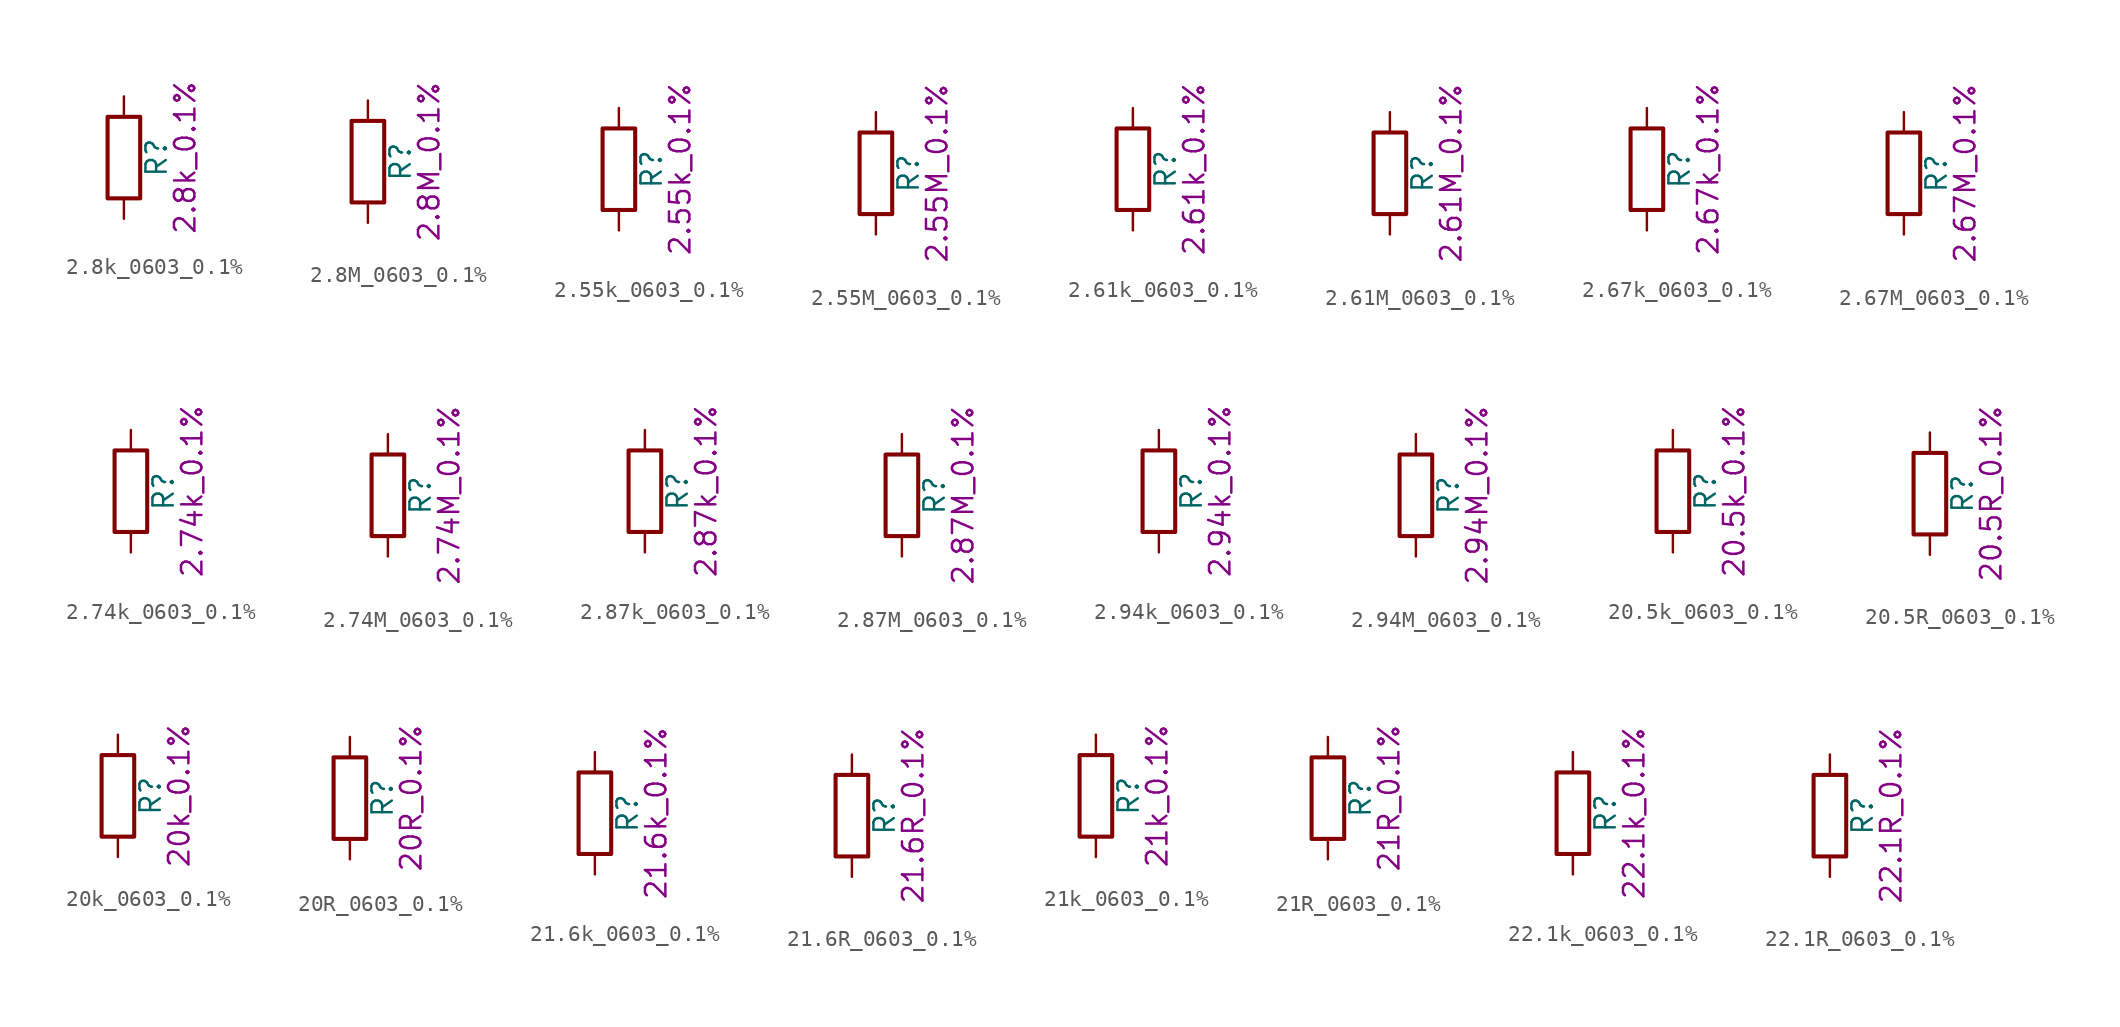
<source format=kicad_sym>
(kicad_symbol_lib
  (version 20211014)
  (generator kicad_symbol_editor)
  (symbol "2.8k_0603_0.1%"
    (pin_numbers hide)
    (pin_names
      (offset 0))
    (property "Reference" "R"
      (at 2.032 0 90)
      (effects (font (size 1.27 1.27))))
    (property "Display" "2.8k_0.1%"
      (at 3.81 0 90)
      (effects (font (size 1.27 1.27))))
    (symbol "2.8k_0603_0.1%_0_1"
      (rectangle (start -1.016 -2.54) (end 1.016 2.54) (stroke (width 0.254) (type default) (color 0 0 0 0)) (fill (type none))))
    (symbol "2.8k_0603_0.1%_1_1"
      (pin passive line (at 0 3.81 270) (length 1.27) (name "~" (effects (font (size 1.27 1.27)))) (number "1" (effects (font (size 1.27 1.27)))))
      (pin passive line (at 0 -3.81 90) (length 1.27) (name "~" (effects (font (size 1.27 1.27)))) (number "2" (effects (font (size 1.27 1.27)))))))
  (symbol "2.8M_0603_0.1%"
    (pin_numbers hide)
    (pin_names
      (offset 0))
    (property "Reference" "R"
      (at 2.032 0 90)
      (effects (font (size 1.27 1.27))))
    (property "Display" "2.8M_0.1%"
      (at 3.81 0 90)
      (effects (font (size 1.27 1.27))))
    (symbol "2.8M_0603_0.1%_0_1"
      (rectangle (start -1.016 -2.54) (end 1.016 2.54) (stroke (width 0.254) (type default) (color 0 0 0 0)) (fill (type none))))
    (symbol "2.8M_0603_0.1%_1_1"
      (pin passive line (at 0 3.81 270) (length 1.27) (name "~" (effects (font (size 1.27 1.27)))) (number "1" (effects (font (size 1.27 1.27)))))
      (pin passive line (at 0 -3.81 90) (length 1.27) (name "~" (effects (font (size 1.27 1.27)))) (number "2" (effects (font (size 1.27 1.27)))))))
  (symbol "2.55k_0603_0.1%"
    (pin_numbers hide)
    (pin_names
      (offset 0))
    (property "Reference" "R"
      (at 2.032 0 90)
      (effects (font (size 1.27 1.27))))
    (property "Display" "2.55k_0.1%"
      (at 3.81 0 90)
      (effects (font (size 1.27 1.27))))
    (symbol "2.55k_0603_0.1%_0_1"
      (rectangle (start -1.016 -2.54) (end 1.016 2.54) (stroke (width 0.254) (type default) (color 0 0 0 0)) (fill (type none))))
    (symbol "2.55k_0603_0.1%_1_1"
      (pin passive line (at 0 3.81 270) (length 1.27) (name "~" (effects (font (size 1.27 1.27)))) (number "1" (effects (font (size 1.27 1.27)))))
      (pin passive line (at 0 -3.81 90) (length 1.27) (name "~" (effects (font (size 1.27 1.27)))) (number "2" (effects (font (size 1.27 1.27)))))))
  (symbol "2.55M_0603_0.1%"
    (pin_numbers hide)
    (pin_names
      (offset 0))
    (property "Reference" "R"
      (at 2.032 0 90)
      (effects (font (size 1.27 1.27))))
    (property "Display" "2.55M_0.1%"
      (at 3.81 0 90)
      (effects (font (size 1.27 1.27))))
    (symbol "2.55M_0603_0.1%_0_1"
      (rectangle (start -1.016 -2.54) (end 1.016 2.54) (stroke (width 0.254) (type default) (color 0 0 0 0)) (fill (type none))))
    (symbol "2.55M_0603_0.1%_1_1"
      (pin passive line (at 0 3.81 270) (length 1.27) (name "~" (effects (font (size 1.27 1.27)))) (number "1" (effects (font (size 1.27 1.27)))))
      (pin passive line (at 0 -3.81 90) (length 1.27) (name "~" (effects (font (size 1.27 1.27)))) (number "2" (effects (font (size 1.27 1.27)))))))
  (symbol "2.61k_0603_0.1%"
    (pin_numbers hide)
    (pin_names
      (offset 0))
    (property "Reference" "R"
      (at 2.032 0 90)
      (effects (font (size 1.27 1.27))))
    (property "Display" "2.61k_0.1%"
      (at 3.81 0 90)
      (effects (font (size 1.27 1.27))))
    (symbol "2.61k_0603_0.1%_0_1"
      (rectangle (start -1.016 -2.54) (end 1.016 2.54) (stroke (width 0.254) (type default) (color 0 0 0 0)) (fill (type none))))
    (symbol "2.61k_0603_0.1%_1_1"
      (pin passive line (at 0 3.81 270) (length 1.27) (name "~" (effects (font (size 1.27 1.27)))) (number "1" (effects (font (size 1.27 1.27)))))
      (pin passive line (at 0 -3.81 90) (length 1.27) (name "~" (effects (font (size 1.27 1.27)))) (number "2" (effects (font (size 1.27 1.27)))))))
  (symbol "2.61M_0603_0.1%"
    (pin_numbers hide)
    (pin_names
      (offset 0))
    (property "Reference" "R"
      (at 2.032 0 90)
      (effects (font (size 1.27 1.27))))
    (property "Display" "2.61M_0.1%"
      (at 3.81 0 90)
      (effects (font (size 1.27 1.27))))
    (symbol "2.61M_0603_0.1%_0_1"
      (rectangle (start -1.016 -2.54) (end 1.016 2.54) (stroke (width 0.254) (type default) (color 0 0 0 0)) (fill (type none))))
    (symbol "2.61M_0603_0.1%_1_1"
      (pin passive line (at 0 3.81 270) (length 1.27) (name "~" (effects (font (size 1.27 1.27)))) (number "1" (effects (font (size 1.27 1.27)))))
      (pin passive line (at 0 -3.81 90) (length 1.27) (name "~" (effects (font (size 1.27 1.27)))) (number "2" (effects (font (size 1.27 1.27)))))))
  (symbol "2.67k_0603_0.1%"
    (pin_numbers hide)
    (pin_names
      (offset 0))
    (property "Reference" "R"
      (at 2.032 0 90)
      (effects (font (size 1.27 1.27))))
    (property "Display" "2.67k_0.1%"
      (at 3.81 0 90)
      (effects (font (size 1.27 1.27))))
    (symbol "2.67k_0603_0.1%_0_1"
      (rectangle (start -1.016 -2.54) (end 1.016 2.54) (stroke (width 0.254) (type default) (color 0 0 0 0)) (fill (type none))))
    (symbol "2.67k_0603_0.1%_1_1"
      (pin passive line (at 0 3.81 270) (length 1.27) (name "~" (effects (font (size 1.27 1.27)))) (number "1" (effects (font (size 1.27 1.27)))))
      (pin passive line (at 0 -3.81 90) (length 1.27) (name "~" (effects (font (size 1.27 1.27)))) (number "2" (effects (font (size 1.27 1.27)))))))
  (symbol "2.67M_0603_0.1%"
    (pin_numbers hide)
    (pin_names
      (offset 0))
    (property "Reference" "R"
      (at 2.032 0 90)
      (effects (font (size 1.27 1.27))))
    (property "Display" "2.67M_0.1%"
      (at 3.81 0 90)
      (effects (font (size 1.27 1.27))))
    (symbol "2.67M_0603_0.1%_0_1"
      (rectangle (start -1.016 -2.54) (end 1.016 2.54) (stroke (width 0.254) (type default) (color 0 0 0 0)) (fill (type none))))
    (symbol "2.67M_0603_0.1%_1_1"
      (pin passive line (at 0 3.81 270) (length 1.27) (name "~" (effects (font (size 1.27 1.27)))) (number "1" (effects (font (size 1.27 1.27)))))
      (pin passive line (at 0 -3.81 90) (length 1.27) (name "~" (effects (font (size 1.27 1.27)))) (number "2" (effects (font (size 1.27 1.27)))))))
  (symbol "2.74k_0603_0.1%"
    (pin_numbers hide)
    (pin_names
      (offset 0))
    (property "Reference" "R"
      (at 2.032 0 90)
      (effects (font (size 1.27 1.27))))
    (property "Display" "2.74k_0.1%"
      (at 3.81 0 90)
      (effects (font (size 1.27 1.27))))
    (symbol "2.74k_0603_0.1%_0_1"
      (rectangle (start -1.016 -2.54) (end 1.016 2.54) (stroke (width 0.254) (type default) (color 0 0 0 0)) (fill (type none))))
    (symbol "2.74k_0603_0.1%_1_1"
      (pin passive line (at 0 3.81 270) (length 1.27) (name "~" (effects (font (size 1.27 1.27)))) (number "1" (effects (font (size 1.27 1.27)))))
      (pin passive line (at 0 -3.81 90) (length 1.27) (name "~" (effects (font (size 1.27 1.27)))) (number "2" (effects (font (size 1.27 1.27)))))))
  (symbol "2.74M_0603_0.1%"
    (pin_numbers hide)
    (pin_names
      (offset 0))
    (property "Reference" "R"
      (at 2.032 0 90)
      (effects (font (size 1.27 1.27))))
    (property "Display" "2.74M_0.1%"
      (at 3.81 0 90)
      (effects (font (size 1.27 1.27))))
    (symbol "2.74M_0603_0.1%_0_1"
      (rectangle (start -1.016 -2.54) (end 1.016 2.54) (stroke (width 0.254) (type default) (color 0 0 0 0)) (fill (type none))))
    (symbol "2.74M_0603_0.1%_1_1"
      (pin passive line (at 0 3.81 270) (length 1.27) (name "~" (effects (font (size 1.27 1.27)))) (number "1" (effects (font (size 1.27 1.27)))))
      (pin passive line (at 0 -3.81 90) (length 1.27) (name "~" (effects (font (size 1.27 1.27)))) (number "2" (effects (font (size 1.27 1.27)))))))
  (symbol "2.87k_0603_0.1%"
    (pin_numbers hide)
    (pin_names
      (offset 0))
    (property "Reference" "R"
      (at 2.032 0 90)
      (effects (font (size 1.27 1.27))))
    (property "Display" "2.87k_0.1%"
      (at 3.81 0 90)
      (effects (font (size 1.27 1.27))))
    (symbol "2.87k_0603_0.1%_0_1"
      (rectangle (start -1.016 -2.54) (end 1.016 2.54) (stroke (width 0.254) (type default) (color 0 0 0 0)) (fill (type none))))
    (symbol "2.87k_0603_0.1%_1_1"
      (pin passive line (at 0 3.81 270) (length 1.27) (name "~" (effects (font (size 1.27 1.27)))) (number "1" (effects (font (size 1.27 1.27)))))
      (pin passive line (at 0 -3.81 90) (length 1.27) (name "~" (effects (font (size 1.27 1.27)))) (number "2" (effects (font (size 1.27 1.27)))))))
  (symbol "2.87M_0603_0.1%"
    (pin_numbers hide)
    (pin_names
      (offset 0))
    (property "Reference" "R"
      (at 2.032 0 90)
      (effects (font (size 1.27 1.27))))
    (property "Display" "2.87M_0.1%"
      (at 3.81 0 90)
      (effects (font (size 1.27 1.27))))
    (symbol "2.87M_0603_0.1%_0_1"
      (rectangle (start -1.016 -2.54) (end 1.016 2.54) (stroke (width 0.254) (type default) (color 0 0 0 0)) (fill (type none))))
    (symbol "2.87M_0603_0.1%_1_1"
      (pin passive line (at 0 3.81 270) (length 1.27) (name "~" (effects (font (size 1.27 1.27)))) (number "1" (effects (font (size 1.27 1.27)))))
      (pin passive line (at 0 -3.81 90) (length 1.27) (name "~" (effects (font (size 1.27 1.27)))) (number "2" (effects (font (size 1.27 1.27)))))))
  (symbol "2.94k_0603_0.1%"
    (pin_numbers hide)
    (pin_names
      (offset 0))
    (property "Reference" "R"
      (at 2.032 0 90)
      (effects (font (size 1.27 1.27))))
    (property "Display" "2.94k_0.1%"
      (at 3.81 0 90)
      (effects (font (size 1.27 1.27))))
    (symbol "2.94k_0603_0.1%_0_1"
      (rectangle (start -1.016 -2.54) (end 1.016 2.54) (stroke (width 0.254) (type default) (color 0 0 0 0)) (fill (type none))))
    (symbol "2.94k_0603_0.1%_1_1"
      (pin passive line (at 0 3.81 270) (length 1.27) (name "~" (effects (font (size 1.27 1.27)))) (number "1" (effects (font (size 1.27 1.27)))))
      (pin passive line (at 0 -3.81 90) (length 1.27) (name "~" (effects (font (size 1.27 1.27)))) (number "2" (effects (font (size 1.27 1.27)))))))
  (symbol "2.94M_0603_0.1%"
    (pin_numbers hide)
    (pin_names
      (offset 0))
    (property "Reference" "R"
      (at 2.032 0 90)
      (effects (font (size 1.27 1.27))))
    (property "Display" "2.94M_0.1%"
      (at 3.81 0 90)
      (effects (font (size 1.27 1.27))))
    (symbol "2.94M_0603_0.1%_0_1"
      (rectangle (start -1.016 -2.54) (end 1.016 2.54) (stroke (width 0.254) (type default) (color 0 0 0 0)) (fill (type none))))
    (symbol "2.94M_0603_0.1%_1_1"
      (pin passive line (at 0 3.81 270) (length 1.27) (name "~" (effects (font (size 1.27 1.27)))) (number "1" (effects (font (size 1.27 1.27)))))
      (pin passive line (at 0 -3.81 90) (length 1.27) (name "~" (effects (font (size 1.27 1.27)))) (number "2" (effects (font (size 1.27 1.27)))))))
  (symbol "20.5k_0603_0.1%"
    (pin_numbers hide)
    (pin_names
      (offset 0))
    (property "Reference" "R"
      (at 2.032 0 90)
      (effects (font (size 1.27 1.27))))
    (property "Display" "20.5k_0.1%"
      (at 3.81 0 90)
      (effects (font (size 1.27 1.27))))
    (symbol "20.5k_0603_0.1%_0_1"
      (rectangle (start -1.016 -2.54) (end 1.016 2.54) (stroke (width 0.254) (type default) (color 0 0 0 0)) (fill (type none))))
    (symbol "20.5k_0603_0.1%_1_1"
      (pin passive line (at 0 3.81 270) (length 1.27) (name "~" (effects (font (size 1.27 1.27)))) (number "1" (effects (font (size 1.27 1.27)))))
      (pin passive line (at 0 -3.81 90) (length 1.27) (name "~" (effects (font (size 1.27 1.27)))) (number "2" (effects (font (size 1.27 1.27)))))))
  (symbol "20.5R_0603_0.1%"
    (pin_numbers hide)
    (pin_names
      (offset 0))
    (property "Reference" "R"
      (at 2.032 0 90)
      (effects (font (size 1.27 1.27))))
    (property "Display" "20.5R_0.1%"
      (at 3.81 0 90)
      (effects (font (size 1.27 1.27))))
    (symbol "20.5R_0603_0.1%_0_1"
      (rectangle (start -1.016 -2.54) (end 1.016 2.54) (stroke (width 0.254) (type default) (color 0 0 0 0)) (fill (type none))))
    (symbol "20.5R_0603_0.1%_1_1"
      (pin passive line (at 0 3.81 270) (length 1.27) (name "~" (effects (font (size 1.27 1.27)))) (number "1" (effects (font (size 1.27 1.27)))))
      (pin passive line (at 0 -3.81 90) (length 1.27) (name "~" (effects (font (size 1.27 1.27)))) (number "2" (effects (font (size 1.27 1.27)))))))
  (symbol "20k_0603_0.1%"
    (pin_numbers hide)
    (pin_names
      (offset 0))
    (property "Reference" "R"
      (at 2.032 0 90)
      (effects (font (size 1.27 1.27))))
    (property "Display" "20k_0.1%"
      (at 3.81 0 90)
      (effects (font (size 1.27 1.27))))
    (symbol "20k_0603_0.1%_0_1"
      (rectangle (start -1.016 -2.54) (end 1.016 2.54) (stroke (width 0.254) (type default) (color 0 0 0 0)) (fill (type none))))
    (symbol "20k_0603_0.1%_1_1"
      (pin passive line (at 0 3.81 270) (length 1.27) (name "~" (effects (font (size 1.27 1.27)))) (number "1" (effects (font (size 1.27 1.27)))))
      (pin passive line (at 0 -3.81 90) (length 1.27) (name "~" (effects (font (size 1.27 1.27)))) (number "2" (effects (font (size 1.27 1.27)))))))
  (symbol "20R_0603_0.1%"
    (pin_numbers hide)
    (pin_names
      (offset 0))
    (property "Reference" "R"
      (at 2.032 0 90)
      (effects (font (size 1.27 1.27))))
    (property "Display" "20R_0.1%"
      (at 3.81 0 90)
      (effects (font (size 1.27 1.27))))
    (symbol "20R_0603_0.1%_0_1"
      (rectangle (start -1.016 -2.54) (end 1.016 2.54) (stroke (width 0.254) (type default) (color 0 0 0 0)) (fill (type none))))
    (symbol "20R_0603_0.1%_1_1"
      (pin passive line (at 0 3.81 270) (length 1.27) (name "~" (effects (font (size 1.27 1.27)))) (number "1" (effects (font (size 1.27 1.27)))))
      (pin passive line (at 0 -3.81 90) (length 1.27) (name "~" (effects (font (size 1.27 1.27)))) (number "2" (effects (font (size 1.27 1.27)))))))
  (symbol "21.6k_0603_0.1%"
    (pin_numbers hide)
    (pin_names
      (offset 0))
    (property "Reference" "R"
      (at 2.032 0 90)
      (effects (font (size 1.27 1.27))))
    (property "Display" "21.6k_0.1%"
      (at 3.81 0 90)
      (effects (font (size 1.27 1.27))))
    (symbol "21.6k_0603_0.1%_0_1"
      (rectangle (start -1.016 -2.54) (end 1.016 2.54) (stroke (width 0.254) (type default) (color 0 0 0 0)) (fill (type none))))
    (symbol "21.6k_0603_0.1%_1_1"
      (pin passive line (at 0 3.81 270) (length 1.27) (name "~" (effects (font (size 1.27 1.27)))) (number "1" (effects (font (size 1.27 1.27)))))
      (pin passive line (at 0 -3.81 90) (length 1.27) (name "~" (effects (font (size 1.27 1.27)))) (number "2" (effects (font (size 1.27 1.27)))))))
  (symbol "21.6R_0603_0.1%"
    (pin_numbers hide)
    (pin_names
      (offset 0))
    (property "Reference" "R"
      (at 2.032 0 90)
      (effects (font (size 1.27 1.27))))
    (property "Display" "21.6R_0.1%"
      (at 3.81 0 90)
      (effects (font (size 1.27 1.27))))
    (symbol "21.6R_0603_0.1%_0_1"
      (rectangle (start -1.016 -2.54) (end 1.016 2.54) (stroke (width 0.254) (type default) (color 0 0 0 0)) (fill (type none))))
    (symbol "21.6R_0603_0.1%_1_1"
      (pin passive line (at 0 3.81 270) (length 1.27) (name "~" (effects (font (size 1.27 1.27)))) (number "1" (effects (font (size 1.27 1.27)))))
      (pin passive line (at 0 -3.81 90) (length 1.27) (name "~" (effects (font (size 1.27 1.27)))) (number "2" (effects (font (size 1.27 1.27)))))))
  (symbol "21k_0603_0.1%"
    (pin_numbers hide)
    (pin_names
      (offset 0))
    (property "Reference" "R"
      (at 2.032 0 90)
      (effects (font (size 1.27 1.27))))
    (property "Display" "21k_0.1%"
      (at 3.81 0 90)
      (effects (font (size 1.27 1.27))))
    (symbol "21k_0603_0.1%_0_1"
      (rectangle (start -1.016 -2.54) (end 1.016 2.54) (stroke (width 0.254) (type default) (color 0 0 0 0)) (fill (type none))))
    (symbol "21k_0603_0.1%_1_1"
      (pin passive line (at 0 3.81 270) (length 1.27) (name "~" (effects (font (size 1.27 1.27)))) (number "1" (effects (font (size 1.27 1.27)))))
      (pin passive line (at 0 -3.81 90) (length 1.27) (name "~" (effects (font (size 1.27 1.27)))) (number "2" (effects (font (size 1.27 1.27)))))))
  (symbol "21R_0603_0.1%"
    (pin_numbers hide)
    (pin_names
      (offset 0))
    (property "Reference" "R"
      (at 2.032 0 90)
      (effects (font (size 1.27 1.27))))
    (property "Display" "21R_0.1%"
      (at 3.81 0 90)
      (effects (font (size 1.27 1.27))))
    (symbol "21R_0603_0.1%_0_1"
      (rectangle (start -1.016 -2.54) (end 1.016 2.54) (stroke (width 0.254) (type default) (color 0 0 0 0)) (fill (type none))))
    (symbol "21R_0603_0.1%_1_1"
      (pin passive line (at 0 3.81 270) (length 1.27) (name "~" (effects (font (size 1.27 1.27)))) (number "1" (effects (font (size 1.27 1.27)))))
      (pin passive line (at 0 -3.81 90) (length 1.27) (name "~" (effects (font (size 1.27 1.27)))) (number "2" (effects (font (size 1.27 1.27)))))))
  (symbol "22.1k_0603_0.1%"
    (pin_numbers hide)
    (pin_names
      (offset 0))
    (property "Reference" "R"
      (at 2.032 0 90)
      (effects (font (size 1.27 1.27))))
    (property "Display" "22.1k_0.1%"
      (at 3.81 0 90)
      (effects (font (size 1.27 1.27))))
    (symbol "22.1k_0603_0.1%_0_1"
      (rectangle (start -1.016 -2.54) (end 1.016 2.54) (stroke (width 0.254) (type default) (color 0 0 0 0)) (fill (type none))))
    (symbol "22.1k_0603_0.1%_1_1"
      (pin passive line (at 0 3.81 270) (length 1.27) (name "~" (effects (font (size 1.27 1.27)))) (number "1" (effects (font (size 1.27 1.27)))))
      (pin passive line (at 0 -3.81 90) (length 1.27) (name "~" (effects (font (size 1.27 1.27)))) (number "2" (effects (font (size 1.27 1.27)))))))
  (symbol "22.1R_0603_0.1%"
    (pin_numbers hide)
    (pin_names
      (offset 0))
    (property "Reference" "R"
      (at 2.032 0 90)
      (effects (font (size 1.27 1.27))))
    (property "Display" "22.1R_0.1%"
      (at 3.81 0 90)
      (effects (font (size 1.27 1.27))))
    (symbol "22.1R_0603_0.1%_0_1"
      (rectangle (start -1.016 -2.54) (end 1.016 2.54) (stroke (width 0.254) (type default) (color 0 0 0 0)) (fill (type none))))
    (symbol "22.1R_0603_0.1%_1_1"
      (pin passive line (at 0 3.81 270) (length 1.27) (name "~" (effects (font (size 1.27 1.27)))) (number "1" (effects (font (size 1.27 1.27)))))
      (pin passive line (at 0 -3.81 90) (length 1.27) (name "~" (effects (font (size 1.27 1.27)))) (number "2" (effects (font (size 1.27 1.27))))))))
</source>
